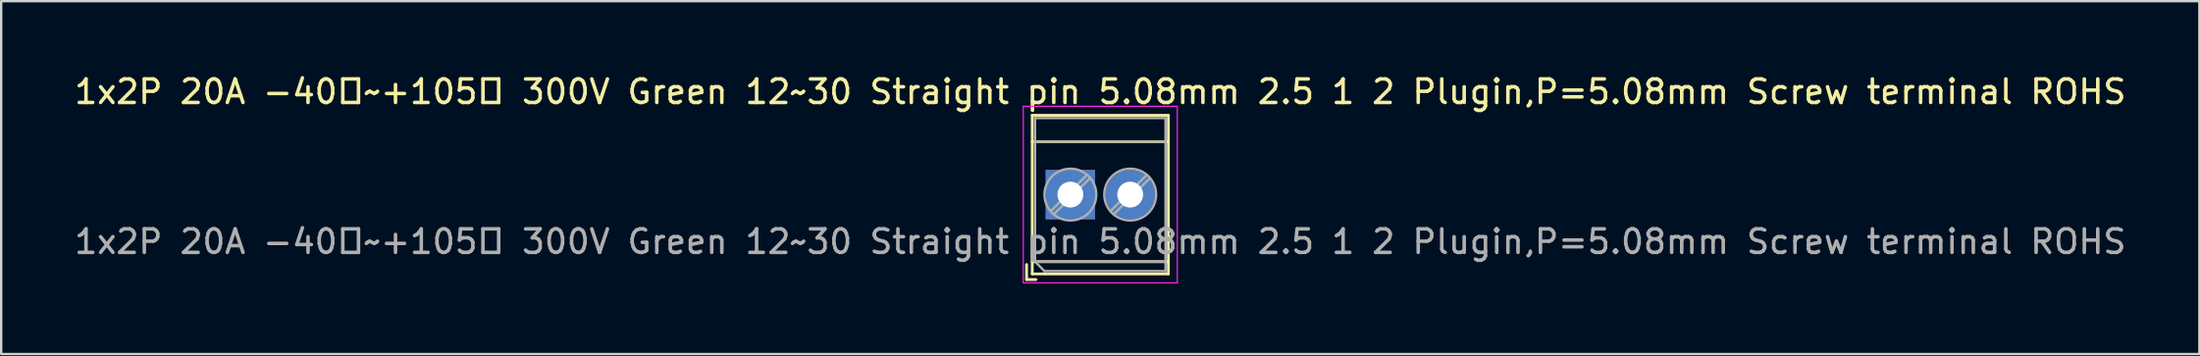
<source format=kicad_pcb>
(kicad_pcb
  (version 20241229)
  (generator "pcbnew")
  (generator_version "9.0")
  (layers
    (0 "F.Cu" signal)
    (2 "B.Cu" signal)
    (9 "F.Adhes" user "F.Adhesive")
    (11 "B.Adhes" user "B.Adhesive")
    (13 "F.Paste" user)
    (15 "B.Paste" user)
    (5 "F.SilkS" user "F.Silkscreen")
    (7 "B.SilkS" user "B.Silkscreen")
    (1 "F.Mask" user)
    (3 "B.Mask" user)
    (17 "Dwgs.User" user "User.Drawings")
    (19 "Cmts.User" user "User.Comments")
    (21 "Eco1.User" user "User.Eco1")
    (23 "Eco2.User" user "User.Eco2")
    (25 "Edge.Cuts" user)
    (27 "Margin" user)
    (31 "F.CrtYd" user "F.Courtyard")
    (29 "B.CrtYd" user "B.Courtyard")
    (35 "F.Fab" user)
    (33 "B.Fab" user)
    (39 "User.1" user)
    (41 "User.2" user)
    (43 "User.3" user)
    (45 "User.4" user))
  (footprint "1x2P 20A -40℃~+105℃ 300V Green 12~30 Straight pin 5.08mm 2.5 1 2 Plugin,P=5.08mm Screw terminal ROHS"
    (layer "F.Cu")
    (at 42.403 5.218)
    (property "Reference" "1x2P 20A -40℃~+105℃ 300V Green 12~30 Straight pin 5.08mm 2.5 1 2 Plugin,P=5.08mm Screw terminal ROHS" (at 1.27 -4.37 0) (layer "F.SilkS") (effects (font (size 1 1) (thickness 0.15))))
    (attr through_hole)
    (fp_line (start -1.86 2.97) (end -1.86 3.61) (stroke (width 0.12) (type solid)) (layer "F.SilkS"))
    (fp_line (start -1.86 3.61) (end -1.46 3.61) (stroke (width 0.12) (type solid)) (layer "F.SilkS"))
    (fp_line (start -1.62 -3.37) (end -1.62 3.37) (stroke (width 0.12) (type solid)) (layer "F.SilkS"))
    (fp_line (start -1.62 -3.37) (end 4.16 -3.37) (stroke (width 0.12) (type solid)) (layer "F.SilkS"))
    (fp_line (start -1.62 -2.25) (end 4.16 -2.25) (stroke (width 0.12) (type solid)) (layer "F.SilkS"))
    (fp_line (start -1.62 2.85) (end 4.16 2.85) (stroke (width 0.12) (type solid)) (layer "F.SilkS"))
    (fp_line (start -1.62 3.37) (end 4.16 3.37) (stroke (width 0.12) (type solid)) (layer "F.SilkS"))
    (fp_line (start 4.16 -3.37) (end 4.16 3.37) (stroke (width 0.12) (type solid)) (layer "F.SilkS"))
    (fp_line (start -2 -3.75) (end -2 3.75) (stroke (width 0.05) (type solid)) (layer "F.CrtYd"))
    (fp_line (start -2 3.75) (end 4.54 3.75) (stroke (width 0.05) (type solid)) (layer "F.CrtYd"))
    (fp_line (start 4.54 -3.75) (end -2 -3.75) (stroke (width 0.05) (type solid)) (layer "F.CrtYd"))
    (fp_line (start 4.54 3.75) (end 4.54 -3.75) (stroke (width 0.05) (type solid)) (layer "F.CrtYd"))
    (fp_line (start -1.5 -3.25) (end 4.04 -3.25) (stroke (width 0.1) (type solid)) (layer "F.Fab"))
    (fp_line (start -1.5 -2.25) (end 4.04 -2.25) (stroke (width 0.1) (type solid)) (layer "F.Fab"))
    (fp_line (start -1.5 2.85) (end -1.5 -3.25) (stroke (width 0.1) (type solid)) (layer "F.Fab"))
    (fp_line (start -1.5 2.85) (end 4.04 2.85) (stroke (width 0.1) (type solid)) (layer "F.Fab"))
    (fp_line (start -1.1 3.25) (end -1.5 2.85) (stroke (width 0.1) (type solid)) (layer "F.Fab"))
    (fp_line (start 0.701 -0.835) (end -0.835 0.7) (stroke (width 0.1) (type solid)) (layer "F.Fab"))
    (fp_line (start 0.835 -0.7) (end -0.701 0.835) (stroke (width 0.1) (type solid)) (layer "F.Fab"))
    (fp_line (start 3.241 -0.835) (end 1.706 0.7) (stroke (width 0.1) (type solid)) (layer "F.Fab"))
    (fp_line (start 3.375 -0.7) (end 1.84 0.835) (stroke (width 0.1) (type solid)) (layer "F.Fab"))
    (fp_line (start 4.04 -3.25) (end 4.04 3.25) (stroke (width 0.1) (type solid)) (layer "F.Fab"))
    (fp_line (start 4.04 3.25) (end -1.1 3.25) (stroke (width 0.1) (type solid)) (layer "F.Fab"))
    (fp_circle (center 0 0) (end 1.1 0) (stroke (width 0.1) (type solid)) (fill no) (layer "F.Fab"))
    (fp_circle (center 2.54 0) (end 3.64 0) (stroke (width 0.1) (type solid)) (fill no) (layer "F.Fab"))
    (fp_text user "${REFERENCE}" (at 1.27 2 0) (layer "F.Fab") (effects (font (size 1 1) (thickness 0.15))))
    (pad "1" thru_hole rect (at 0 0) (size 2.1 2.1) (drill 1.1) (layers "*.Cu" "*.Mask"))
    (pad "2" thru_hole circle (at 2.54 0) (size 2.1 2.1) (drill 1.1) (layers "*.Cu" "*.Mask")))
  (gr_rect
    (start -3 -3)
    (end 90.345 11.993)
    (stroke (width 0.1) (type default))
    (fill no)
    (layer "Edge.Cuts")))
</source>
